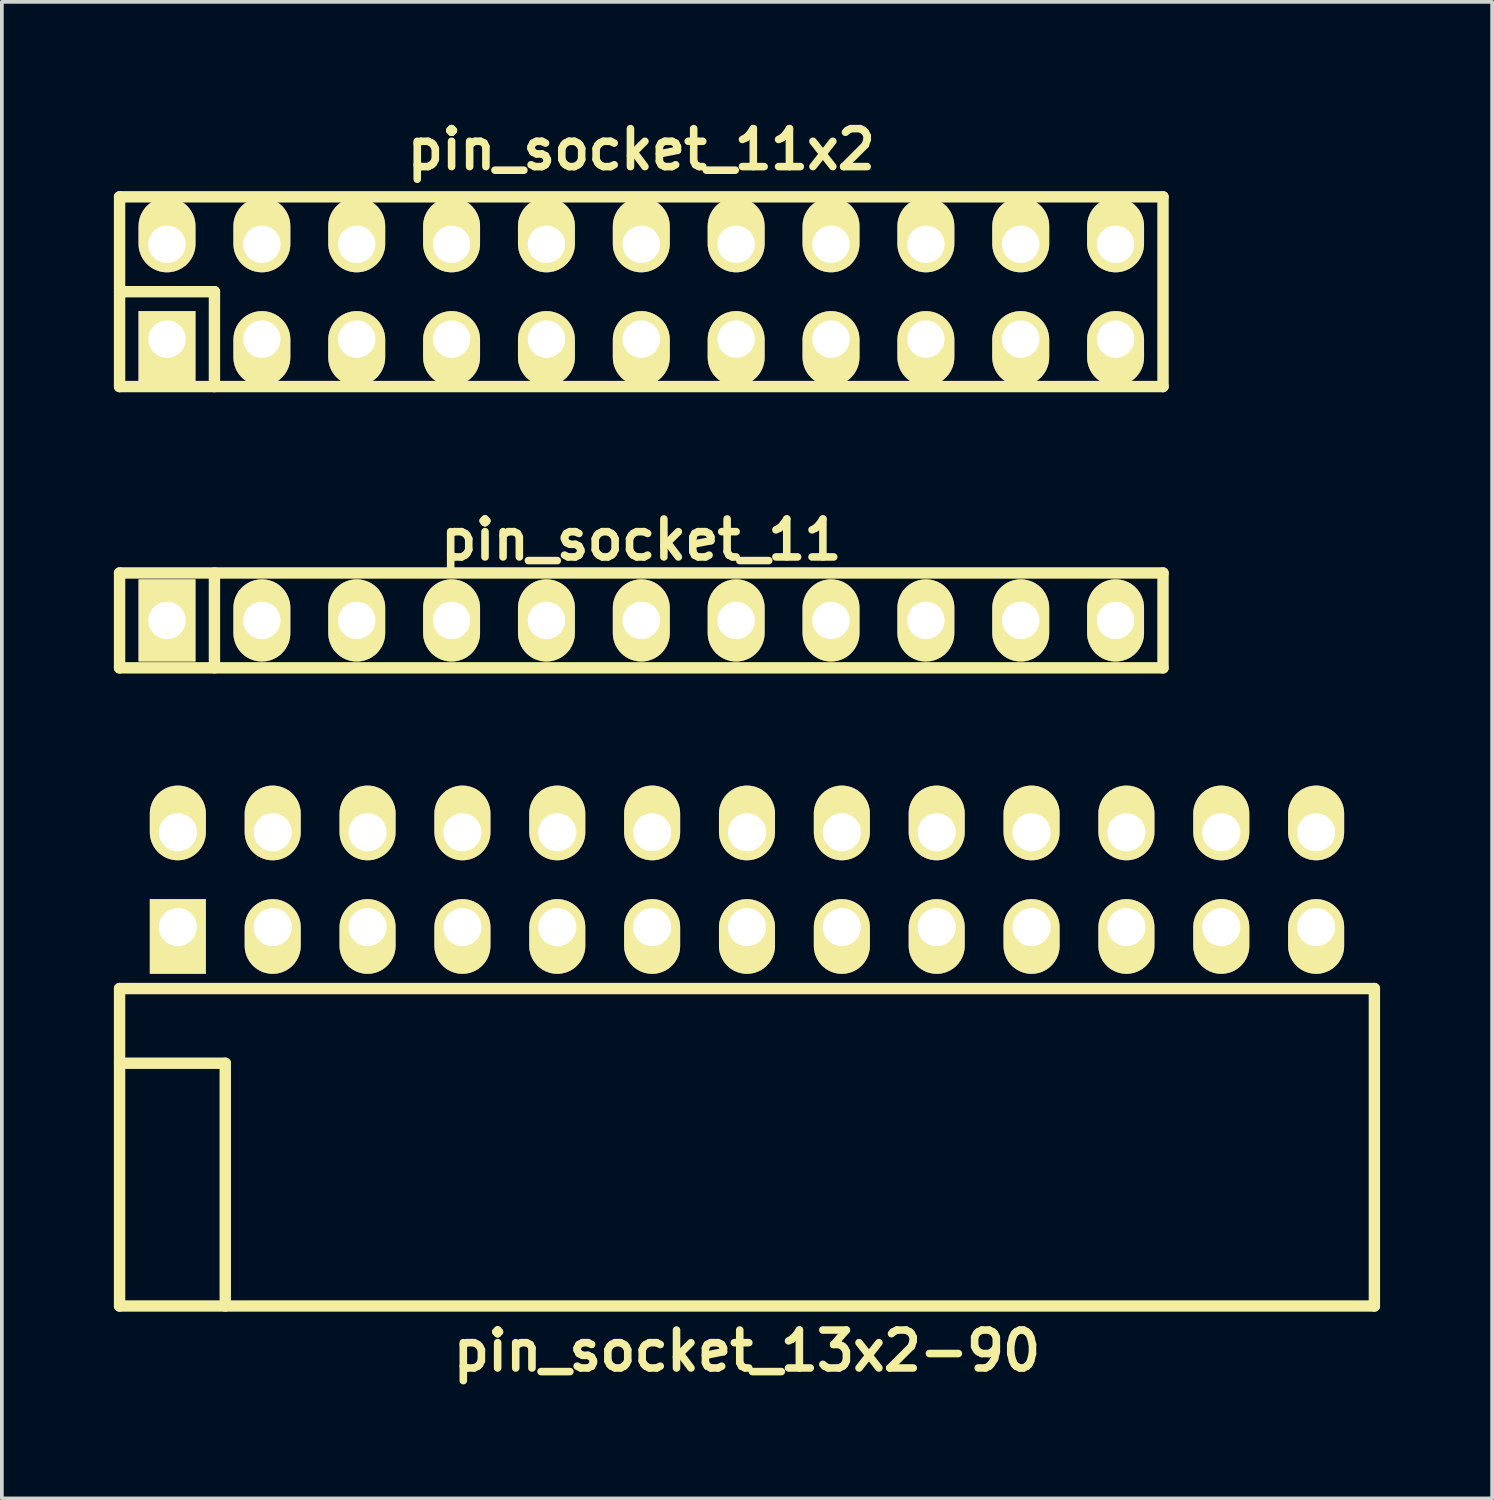
<source format=kicad_pcb>
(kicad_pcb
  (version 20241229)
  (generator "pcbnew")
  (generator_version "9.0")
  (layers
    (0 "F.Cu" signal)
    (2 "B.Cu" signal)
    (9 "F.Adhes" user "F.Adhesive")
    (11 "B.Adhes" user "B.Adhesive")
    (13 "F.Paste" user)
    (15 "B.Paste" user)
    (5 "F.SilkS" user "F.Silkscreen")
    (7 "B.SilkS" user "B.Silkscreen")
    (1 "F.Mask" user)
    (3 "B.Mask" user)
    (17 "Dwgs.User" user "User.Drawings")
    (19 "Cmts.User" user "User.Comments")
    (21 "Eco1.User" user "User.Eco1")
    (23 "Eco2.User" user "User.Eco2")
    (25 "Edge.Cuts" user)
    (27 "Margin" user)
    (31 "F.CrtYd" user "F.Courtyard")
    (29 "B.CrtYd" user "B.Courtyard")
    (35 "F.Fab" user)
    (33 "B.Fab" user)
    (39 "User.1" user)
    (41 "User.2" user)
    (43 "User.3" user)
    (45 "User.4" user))
  (footprint "pin_socket_11x2"
    (layer "F.Cu")
    (at 14.122 4.761)
    (property "Reference" "pin_socket_11x2" (at 0 -3.81 0) (layer "F.SilkS") (effects (font (size 1.016 1.016) (thickness 0.203))))
    (attr through_hole)
    (fp_line (start -13.97 -2.54) (end -13.97 2.54) (stroke (width 0.305) (type solid)) (layer "F.SilkS"))
    (fp_line (start -13.97 -2.54) (end 13.97 -2.54) (stroke (width 0.305) (type solid)) (layer "F.SilkS"))
    (fp_line (start -13.97 0) (end -11.43 0) (stroke (width 0.305) (type solid)) (layer "F.SilkS"))
    (fp_line (start -11.43 0) (end -11.43 2.54) (stroke (width 0.305) (type solid)) (layer "F.SilkS"))
    (fp_line (start 13.97 2.54) (end -13.97 2.54) (stroke (width 0.305) (type solid)) (layer "F.SilkS"))
    (fp_line (start 13.97 2.54) (end 13.97 -2.54) (stroke (width 0.305) (type solid)) (layer "F.SilkS"))
    (pad "1" thru_hole rect (at -12.7 1.27) (size 1.524 1.999) (drill 1.001 (offset 0 0.249)) (layers "*.Cu" "*.Mask" "F.SilkS"))
    (pad "2" thru_hole oval (at -12.7 -1.27) (size 1.524 1.999) (drill 1.001 (offset 0 -0.249)) (layers "*.Cu" "*.Mask" "F.SilkS"))
    (pad "3" thru_hole oval (at -10.16 1.27) (size 1.524 1.999) (drill 1.001 (offset 0 0.249)) (layers "*.Cu" "*.Mask" "F.SilkS"))
    (pad "4" thru_hole oval (at -10.16 -1.27) (size 1.524 1.999) (drill 1.001 (offset 0 -0.249)) (layers "*.Cu" "*.Mask" "F.SilkS"))
    (pad "5" thru_hole oval (at -7.62 1.27) (size 1.524 1.999) (drill 1.001 (offset 0 0.249)) (layers "*.Cu" "*.Mask" "F.SilkS"))
    (pad "6" thru_hole oval (at -7.62 -1.27) (size 1.524 1.999) (drill 1.001 (offset 0 -0.249)) (layers "*.Cu" "*.Mask" "F.SilkS"))
    (pad "7" thru_hole oval (at -5.08 1.27) (size 1.524 1.999) (drill 1.001 (offset 0 0.249)) (layers "*.Cu" "*.Mask" "F.SilkS"))
    (pad "8" thru_hole oval (at -5.08 -1.27) (size 1.524 1.999) (drill 1.001 (offset 0 -0.249)) (layers "*.Cu" "*.Mask" "F.SilkS"))
    (pad "9" thru_hole oval (at -2.54 1.27) (size 1.524 1.999) (drill 1.001 (offset 0 0.249)) (layers "*.Cu" "*.Mask" "F.SilkS"))
    (pad "10" thru_hole oval (at -2.54 -1.27) (size 1.524 1.999) (drill 1.001 (offset 0 -0.249)) (layers "*.Cu" "*.Mask" "F.SilkS"))
    (pad "11" thru_hole oval (at 0 1.27) (size 1.524 1.999) (drill 1.001 (offset 0 0.249)) (layers "*.Cu" "*.Mask" "F.SilkS"))
    (pad "12" thru_hole oval (at 0 -1.27) (size 1.524 1.999) (drill 1.001 (offset 0 -0.249)) (layers "*.Cu" "*.Mask" "F.SilkS"))
    (pad "13" thru_hole oval (at 2.54 1.27) (size 1.524 1.999) (drill 1.001 (offset 0 0.249)) (layers "*.Cu" "*.Mask" "F.SilkS"))
    (pad "14" thru_hole oval (at 2.54 -1.27) (size 1.524 1.999) (drill 1.001 (offset 0 -0.249)) (layers "*.Cu" "*.Mask" "F.SilkS"))
    (pad "15" thru_hole oval (at 5.08 1.27) (size 1.524 1.999) (drill 1.001 (offset 0 0.249)) (layers "*.Cu" "*.Mask" "F.SilkS"))
    (pad "16" thru_hole oval (at 5.08 -1.27) (size 1.524 1.999) (drill 1.001 (offset 0 -0.249)) (layers "*.Cu" "*.Mask" "F.SilkS"))
    (pad "17" thru_hole oval (at 7.62 1.27) (size 1.524 1.999) (drill 1.001 (offset 0 0.249)) (layers "*.Cu" "*.Mask" "F.SilkS"))
    (pad "18" thru_hole oval (at 7.62 -1.27) (size 1.524 1.999) (drill 1.001 (offset 0 -0.249)) (layers "*.Cu" "*.Mask" "F.SilkS"))
    (pad "19" thru_hole oval (at 10.16 1.27) (size 1.524 1.999) (drill 1.001 (offset 0 0.249)) (layers "*.Cu" "*.Mask" "F.SilkS"))
    (pad "20" thru_hole oval (at 10.16 -1.27) (size 1.524 1.999) (drill 1.001 (offset 0 -0.249)) (layers "*.Cu" "*.Mask" "F.SilkS"))
    (pad "21" thru_hole oval (at 12.7 1.27) (size 1.524 1.999) (drill 1.001 (offset 0 0.249)) (layers "*.Cu" "*.Mask" "F.SilkS"))
    (pad "22" thru_hole oval (at 12.7 -1.27) (size 1.524 1.999) (drill 1.001 (offset 0 -0.249)) (layers "*.Cu" "*.Mask" "F.SilkS")))
  (footprint "pin_socket_13x2-90"
    (layer "F.Cu")
    (at 16.952 25.421)
    (property "Reference" "pin_socket_13x2-90" (at 0 7.7 0) (layer "F.SilkS") (effects (font (size 1.016 1.016) (thickness 0.203))))
    (attr through_hole)
    (fp_line (start -16.8 -2) (end -16.8 6.5) (stroke (width 0.305) (type solid)) (layer "F.SilkS"))
    (fp_line (start -16.8 -2) (end 16.8 -2) (stroke (width 0.305) (type solid)) (layer "F.SilkS"))
    (fp_line (start -16.8 0) (end -13.97 0) (stroke (width 0.305) (type solid)) (layer "F.SilkS"))
    (fp_line (start -16.8 6.5) (end 16.8 6.5) (stroke (width 0.305) (type solid)) (layer "F.SilkS"))
    (fp_line (start -13.97 0) (end -13.97 6.5) (stroke (width 0.305) (type solid)) (layer "F.SilkS"))
    (fp_line (start 16.8 -2) (end 16.8 6.5) (stroke (width 0.305) (type solid)) (layer "F.SilkS"))
    (pad "1" thru_hole rect (at -15.24 -3.645) (size 1.5 2) (drill 1.02 (offset 0 0.25)) (layers "*.Cu" "*.Mask" "F.SilkS"))
    (pad "2" thru_hole oval (at -15.24 -6.185) (size 1.5 2) (drill 1.02 (offset 0 -0.25)) (layers "*.Cu" "*.Mask" "F.SilkS"))
    (pad "3" thru_hole oval (at -12.7 -3.645) (size 1.5 2) (drill 1.02 (offset 0 0.25)) (layers "*.Cu" "*.Mask" "F.SilkS"))
    (pad "4" thru_hole oval (at -12.7 -6.185) (size 1.5 2) (drill 1.02 (offset 0 -0.25)) (layers "*.Cu" "*.Mask" "F.SilkS"))
    (pad "5" thru_hole oval (at -10.16 -3.645) (size 1.5 2) (drill 1.02 (offset 0 0.25)) (layers "*.Cu" "*.Mask" "F.SilkS"))
    (pad "6" thru_hole oval (at -10.16 -6.185) (size 1.5 2) (drill 1.02 (offset 0 -0.25)) (layers "*.Cu" "*.Mask" "F.SilkS"))
    (pad "7" thru_hole oval (at -7.62 -3.645) (size 1.5 2) (drill 1.02 (offset 0 0.25)) (layers "*.Cu" "*.Mask" "F.SilkS"))
    (pad "8" thru_hole oval (at -7.62 -6.185) (size 1.5 2) (drill 1.02 (offset 0 -0.25)) (layers "*.Cu" "*.Mask" "F.SilkS"))
    (pad "9" thru_hole oval (at -5.08 -3.645) (size 1.5 2) (drill 1.02 (offset 0 0.25)) (layers "*.Cu" "*.Mask" "F.SilkS"))
    (pad "10" thru_hole oval (at -5.08 -6.185) (size 1.5 2) (drill 1.02 (offset 0 -0.25)) (layers "*.Cu" "*.Mask" "F.SilkS"))
    (pad "11" thru_hole oval (at -2.54 -3.645) (size 1.5 2) (drill 1.02 (offset 0 0.25)) (layers "*.Cu" "*.Mask" "F.SilkS"))
    (pad "12" thru_hole oval (at -2.54 -6.185) (size 1.5 2) (drill 1.02 (offset 0 -0.25)) (layers "*.Cu" "*.Mask" "F.SilkS"))
    (pad "13" thru_hole oval (at 0 -3.645) (size 1.5 2) (drill 1.02 (offset 0 0.25)) (layers "*.Cu" "*.Mask" "F.SilkS"))
    (pad "14" thru_hole oval (at 0 -6.185) (size 1.5 2) (drill 1.02 (offset 0 -0.25)) (layers "*.Cu" "*.Mask" "F.SilkS"))
    (pad "15" thru_hole oval (at 2.54 -3.645) (size 1.5 2) (drill 1.02 (offset 0 0.25)) (layers "*.Cu" "*.Mask" "F.SilkS"))
    (pad "16" thru_hole oval (at 2.54 -6.185) (size 1.5 2) (drill 1.02 (offset 0 -0.25)) (layers "*.Cu" "*.Mask" "F.SilkS"))
    (pad "17" thru_hole oval (at 5.08 -3.645) (size 1.5 2) (drill 1.02 (offset 0 0.25)) (layers "*.Cu" "*.Mask" "F.SilkS"))
    (pad "18" thru_hole oval (at 5.08 -6.185) (size 1.5 2) (drill 1.02 (offset 0 -0.25)) (layers "*.Cu" "*.Mask" "F.SilkS"))
    (pad "19" thru_hole oval (at 7.62 -3.645) (size 1.5 2) (drill 1.02 (offset 0 0.25)) (layers "*.Cu" "*.Mask" "F.SilkS"))
    (pad "20" thru_hole oval (at 7.62 -6.185) (size 1.5 2) (drill 1.02 (offset 0 -0.25)) (layers "*.Cu" "*.Mask" "F.SilkS"))
    (pad "21" thru_hole oval (at 10.16 -3.645) (size 1.5 2) (drill 1.02 (offset 0 0.25)) (layers "*.Cu" "*.Mask" "F.SilkS"))
    (pad "22" thru_hole oval (at 10.16 -6.185) (size 1.5 2) (drill 1.02 (offset 0 -0.25)) (layers "*.Cu" "*.Mask" "F.SilkS"))
    (pad "23" thru_hole oval (at 12.7 -3.645) (size 1.5 2) (drill 1.02 (offset 0 0.25)) (layers "*.Cu" "*.Mask" "F.SilkS"))
    (pad "24" thru_hole oval (at 12.7 -6.185) (size 1.5 2) (drill 1.02 (offset 0 -0.25)) (layers "*.Cu" "*.Mask" "F.SilkS"))
    (pad "25" thru_hole oval (at 15.24 -3.645) (size 1.5 2) (drill 1.02 (offset 0 0.25)) (layers "*.Cu" "*.Mask" "F.SilkS"))
    (pad "26" thru_hole oval (at 15.24 -6.185) (size 1.5 2) (drill 1.02 (offset 0 -0.25)) (layers "*.Cu" "*.Mask" "F.SilkS")))
  (footprint "pin_socket_11"
    (layer "F.Cu")
    (at 14.122 13.563)
    (property "Reference" "pin_socket_11" (at 0 -2.159 0) (layer "F.SilkS") (effects (font (size 1.016 1.016) (thickness 0.203))))
    (attr through_hole)
    (fp_line (start -13.97 -1.27) (end 13.97 -1.27) (stroke (width 0.305) (type solid)) (layer "F.SilkS"))
    (fp_line (start -13.97 1.27) (end -13.97 -1.27) (stroke (width 0.305) (type solid)) (layer "F.SilkS"))
    (fp_line (start -11.43 -1.27) (end -11.43 1.27) (stroke (width 0.305) (type solid)) (layer "F.SilkS"))
    (fp_line (start 13.97 -1.27) (end 13.97 1.27) (stroke (width 0.305) (type solid)) (layer "F.SilkS"))
    (fp_line (start 13.97 1.27) (end -13.97 1.27) (stroke (width 0.305) (type solid)) (layer "F.SilkS"))
    (pad "1" thru_hole rect (at -12.7 0) (size 1.524 2.2) (drill 1.001) (layers "*.Cu" "*.Mask" "F.SilkS"))
    (pad "2" thru_hole oval (at -10.16 0) (size 1.524 2.2) (drill 1.001) (layers "*.Cu" "*.Mask" "F.SilkS"))
    (pad "3" thru_hole oval (at -7.62 0) (size 1.524 2.2) (drill 1.001) (layers "*.Cu" "*.Mask" "F.SilkS"))
    (pad "4" thru_hole oval (at -5.08 0) (size 1.524 2.2) (drill 1.001) (layers "*.Cu" "*.Mask" "F.SilkS"))
    (pad "5" thru_hole oval (at -2.54 0) (size 1.524 2.2) (drill 1.001) (layers "*.Cu" "*.Mask" "F.SilkS"))
    (pad "6" thru_hole oval (at 0 0) (size 1.524 2.2) (drill 1.001) (layers "*.Cu" "*.Mask" "F.SilkS"))
    (pad "7" thru_hole oval (at 2.54 0) (size 1.524 2.2) (drill 1.001) (layers "*.Cu" "*.Mask" "F.SilkS"))
    (pad "8" thru_hole oval (at 5.08 0) (size 1.524 2.2) (drill 1.001) (layers "*.Cu" "*.Mask" "F.SilkS"))
    (pad "9" thru_hole oval (at 7.62 0) (size 1.524 2.2) (drill 1.001) (layers "*.Cu" "*.Mask" "F.SilkS"))
    (pad "10" thru_hole oval (at 10.16 0) (size 1.524 2.2) (drill 1.001) (layers "*.Cu" "*.Mask" "F.SilkS"))
    (pad "11" thru_hole oval (at 12.7 0) (size 1.524 2.2) (drill 1.001) (layers "*.Cu" "*.Mask" "F.SilkS")))
  (gr_rect
    (start -3 -3)
    (end 36.905 37.072)
    (stroke (width 0.1) (type default))
    (fill no)
    (layer "Edge.Cuts")))
</source>
